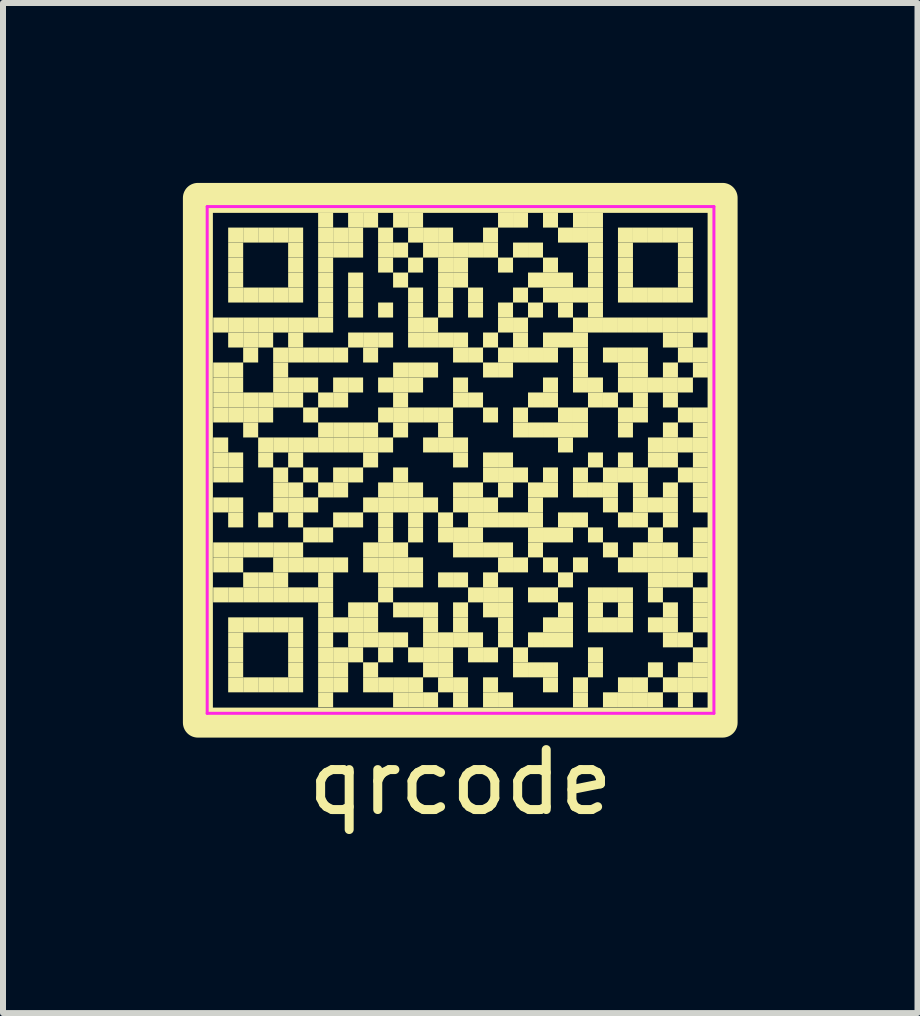
<source format=kicad_pcb>
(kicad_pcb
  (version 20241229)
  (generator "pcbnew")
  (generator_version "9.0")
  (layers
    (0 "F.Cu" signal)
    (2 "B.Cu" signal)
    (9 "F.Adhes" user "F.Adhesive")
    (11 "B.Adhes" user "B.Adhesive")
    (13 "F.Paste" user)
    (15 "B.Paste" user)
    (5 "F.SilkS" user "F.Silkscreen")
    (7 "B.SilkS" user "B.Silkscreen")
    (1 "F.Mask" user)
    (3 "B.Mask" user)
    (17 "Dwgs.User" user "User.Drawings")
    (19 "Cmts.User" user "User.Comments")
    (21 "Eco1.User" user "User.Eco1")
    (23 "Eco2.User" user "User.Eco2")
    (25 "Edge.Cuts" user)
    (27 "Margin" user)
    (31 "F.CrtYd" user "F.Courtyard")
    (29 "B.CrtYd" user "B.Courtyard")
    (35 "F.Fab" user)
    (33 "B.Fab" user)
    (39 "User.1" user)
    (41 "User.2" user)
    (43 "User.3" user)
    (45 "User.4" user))
  (footprint "qrcode"
    (layer "F.Cu")
    (at 4.63 4.62)
    (property "Reference" "qrcode" (at 0 5.375 0) (layer "F.SilkS") (effects (font (size 1 1) (thickness 0.15))))
    (fp_rect (start -4.38 -4.37) (end 4.37 4.38) (stroke (width 0.5) (type default)) (fill no) (layer "F.SilkS"))
    (fp_rect (start -4.125 -2.375) (end -3.875 -2.125) (stroke (width 0) (type default)) (fill yes) (layer "F.SilkS"))
    (fp_rect (start -4.125 -1.625) (end -3.875 -1.375) (stroke (width 0) (type default)) (fill yes) (layer "F.SilkS"))
    (fp_rect (start -4.125 -1.375) (end -3.875 -1.125) (stroke (width 0) (type default)) (fill yes) (layer "F.SilkS"))
    (fp_rect (start -4.125 -1.125) (end -3.875 -0.875) (stroke (width 0) (type default)) (fill yes) (layer "F.SilkS"))
    (fp_rect (start -4.125 -0.875) (end -3.875 -0.625) (stroke (width 0) (type default)) (fill yes) (layer "F.SilkS"))
    (fp_rect (start -4.125 -0.375) (end -3.875 -0.125) (stroke (width 0) (type default)) (fill yes) (layer "F.SilkS"))
    (fp_rect (start -4.125 -0.125) (end -3.875 0.125) (stroke (width 0) (type default)) (fill yes) (layer "F.SilkS"))
    (fp_rect (start -4.125 0.125) (end -3.875 0.375) (stroke (width 0) (type default)) (fill yes) (layer "F.SilkS"))
    (fp_rect (start -4.125 0.625) (end -3.875 0.875) (stroke (width 0) (type default)) (fill yes) (layer "F.SilkS"))
    (fp_rect (start -4.125 1.375) (end -3.875 1.625) (stroke (width 0) (type default)) (fill yes) (layer "F.SilkS"))
    (fp_rect (start -4.125 1.625) (end -3.875 1.875) (stroke (width 0) (type default)) (fill yes) (layer "F.SilkS"))
    (fp_rect (start -4.125 2.125) (end -3.875 2.375) (stroke (width 0) (type default)) (fill yes) (layer "F.SilkS"))
    (fp_rect (start -3.875 -3.875) (end -3.625 -3.625) (stroke (width 0) (type default)) (fill yes) (layer "F.SilkS"))
    (fp_rect (start -3.875 -3.625) (end -3.625 -3.375) (stroke (width 0) (type default)) (fill yes) (layer "F.SilkS"))
    (fp_rect (start -3.875 -3.375) (end -3.625 -3.125) (stroke (width 0) (type default)) (fill yes) (layer "F.SilkS"))
    (fp_rect (start -3.875 -3.125) (end -3.625 -2.875) (stroke (width 0) (type default)) (fill yes) (layer "F.SilkS"))
    (fp_rect (start -3.875 -2.875) (end -3.625 -2.625) (stroke (width 0) (type default)) (fill yes) (layer "F.SilkS"))
    (fp_rect (start -3.875 -2.375) (end -3.625 -2.125) (stroke (width 0) (type default)) (fill yes) (layer "F.SilkS"))
    (fp_rect (start -3.875 -2.125) (end -3.625 -1.875) (stroke (width 0) (type default)) (fill yes) (layer "F.SilkS"))
    (fp_rect (start -3.875 -1.625) (end -3.625 -1.375) (stroke (width 0) (type default)) (fill yes) (layer "F.SilkS"))
    (fp_rect (start -3.875 -1.375) (end -3.625 -1.125) (stroke (width 0) (type default)) (fill yes) (layer "F.SilkS"))
    (fp_rect (start -3.875 -1.125) (end -3.625 -0.875) (stroke (width 0) (type default)) (fill yes) (layer "F.SilkS"))
    (fp_rect (start -3.875 -0.875) (end -3.625 -0.625) (stroke (width 0) (type default)) (fill yes) (layer "F.SilkS"))
    (fp_rect (start -3.875 -0.125) (end -3.625 0.125) (stroke (width 0) (type default)) (fill yes) (layer "F.SilkS"))
    (fp_rect (start -3.875 0.125) (end -3.625 0.375) (stroke (width 0) (type default)) (fill yes) (layer "F.SilkS"))
    (fp_rect (start -3.875 0.625) (end -3.625 0.875) (stroke (width 0) (type default)) (fill yes) (layer "F.SilkS"))
    (fp_rect (start -3.875 0.875) (end -3.625 1.125) (stroke (width 0) (type default)) (fill yes) (layer "F.SilkS"))
    (fp_rect (start -3.875 1.375) (end -3.625 1.625) (stroke (width 0) (type default)) (fill yes) (layer "F.SilkS"))
    (fp_rect (start -3.875 1.625) (end -3.625 1.875) (stroke (width 0) (type default)) (fill yes) (layer "F.SilkS"))
    (fp_rect (start -3.875 2.125) (end -3.625 2.375) (stroke (width 0) (type default)) (fill yes) (layer "F.SilkS"))
    (fp_rect (start -3.875 2.625) (end -3.625 2.875) (stroke (width 0) (type default)) (fill yes) (layer "F.SilkS"))
    (fp_rect (start -3.875 2.875) (end -3.625 3.125) (stroke (width 0) (type default)) (fill yes) (layer "F.SilkS"))
    (fp_rect (start -3.875 3.125) (end -3.625 3.375) (stroke (width 0) (type default)) (fill yes) (layer "F.SilkS"))
    (fp_rect (start -3.875 3.375) (end -3.625 3.625) (stroke (width 0) (type default)) (fill yes) (layer "F.SilkS"))
    (fp_rect (start -3.875 3.625) (end -3.625 3.875) (stroke (width 0) (type default)) (fill yes) (layer "F.SilkS"))
    (fp_rect (start -3.625 -3.875) (end -3.375 -3.625) (stroke (width 0) (type default)) (fill yes) (layer "F.SilkS"))
    (fp_rect (start -3.625 -2.875) (end -3.375 -2.625) (stroke (width 0) (type default)) (fill yes) (layer "F.SilkS"))
    (fp_rect (start -3.625 -2.375) (end -3.375 -2.125) (stroke (width 0) (type default)) (fill yes) (layer "F.SilkS"))
    (fp_rect (start -3.625 -2.125) (end -3.375 -1.875) (stroke (width 0) (type default)) (fill yes) (layer "F.SilkS"))
    (fp_rect (start -3.625 -1.875) (end -3.375 -1.625) (stroke (width 0) (type default)) (fill yes) (layer "F.SilkS"))
    (fp_rect (start -3.625 -1.125) (end -3.375 -0.875) (stroke (width 0) (type default)) (fill yes) (layer "F.SilkS"))
    (fp_rect (start -3.625 -0.875) (end -3.375 -0.625) (stroke (width 0) (type default)) (fill yes) (layer "F.SilkS"))
    (fp_rect (start -3.625 -0.625) (end -3.375 -0.375) (stroke (width 0) (type default)) (fill yes) (layer "F.SilkS"))
    (fp_rect (start -3.625 1.375) (end -3.375 1.625) (stroke (width 0) (type default)) (fill yes) (layer "F.SilkS"))
    (fp_rect (start -3.625 1.875) (end -3.375 2.125) (stroke (width 0) (type default)) (fill yes) (layer "F.SilkS"))
    (fp_rect (start -3.625 2.125) (end -3.375 2.375) (stroke (width 0) (type default)) (fill yes) (layer "F.SilkS"))
    (fp_rect (start -3.625 2.625) (end -3.375 2.875) (stroke (width 0) (type default)) (fill yes) (layer "F.SilkS"))
    (fp_rect (start -3.625 3.625) (end -3.375 3.875) (stroke (width 0) (type default)) (fill yes) (layer "F.SilkS"))
    (fp_rect (start -3.375 -3.875) (end -3.125 -3.625) (stroke (width 0) (type default)) (fill yes) (layer "F.SilkS"))
    (fp_rect (start -3.375 -2.875) (end -3.125 -2.625) (stroke (width 0) (type default)) (fill yes) (layer "F.SilkS"))
    (fp_rect (start -3.375 -2.375) (end -3.125 -2.125) (stroke (width 0) (type default)) (fill yes) (layer "F.SilkS"))
    (fp_rect (start -3.375 -2.125) (end -3.125 -1.875) (stroke (width 0) (type default)) (fill yes) (layer "F.SilkS"))
    (fp_rect (start -3.375 -1.125) (end -3.125 -0.875) (stroke (width 0) (type default)) (fill yes) (layer "F.SilkS"))
    (fp_rect (start -3.375 -0.875) (end -3.125 -0.625) (stroke (width 0) (type default)) (fill yes) (layer "F.SilkS"))
    (fp_rect (start -3.375 -0.375) (end -3.125 -0.125) (stroke (width 0) (type default)) (fill yes) (layer "F.SilkS"))
    (fp_rect (start -3.375 -0.125) (end -3.125 0.125) (stroke (width 0) (type default)) (fill yes) (layer "F.SilkS"))
    (fp_rect (start -3.375 0.875) (end -3.125 1.125) (stroke (width 0) (type default)) (fill yes) (layer "F.SilkS"))
    (fp_rect (start -3.375 1.375) (end -3.125 1.625) (stroke (width 0) (type default)) (fill yes) (layer "F.SilkS"))
    (fp_rect (start -3.375 1.875) (end -3.125 2.125) (stroke (width 0) (type default)) (fill yes) (layer "F.SilkS"))
    (fp_rect (start -3.375 2.125) (end -3.125 2.375) (stroke (width 0) (type default)) (fill yes) (layer "F.SilkS"))
    (fp_rect (start -3.375 2.625) (end -3.125 2.875) (stroke (width 0) (type default)) (fill yes) (layer "F.SilkS"))
    (fp_rect (start -3.375 3.625) (end -3.125 3.875) (stroke (width 0) (type default)) (fill yes) (layer "F.SilkS"))
    (fp_rect (start -3.125 -3.875) (end -2.875 -3.625) (stroke (width 0) (type default)) (fill yes) (layer "F.SilkS"))
    (fp_rect (start -3.125 -2.875) (end -2.875 -2.625) (stroke (width 0) (type default)) (fill yes) (layer "F.SilkS"))
    (fp_rect (start -3.125 -2.375) (end -2.875 -2.125) (stroke (width 0) (type default)) (fill yes) (layer "F.SilkS"))
    (fp_rect (start -3.125 -1.875) (end -2.875 -1.625) (stroke (width 0) (type default)) (fill yes) (layer "F.SilkS"))
    (fp_rect (start -3.125 -1.625) (end -2.875 -1.375) (stroke (width 0) (type default)) (fill yes) (layer "F.SilkS"))
    (fp_rect (start -3.125 -1.375) (end -2.875 -1.125) (stroke (width 0) (type default)) (fill yes) (layer "F.SilkS"))
    (fp_rect (start -3.125 -1.125) (end -2.875 -0.875) (stroke (width 0) (type default)) (fill yes) (layer "F.SilkS"))
    (fp_rect (start -3.125 -0.375) (end -2.875 -0.125) (stroke (width 0) (type default)) (fill yes) (layer "F.SilkS"))
    (fp_rect (start -3.125 0.125) (end -2.875 0.375) (stroke (width 0) (type default)) (fill yes) (layer "F.SilkS"))
    (fp_rect (start -3.125 0.375) (end -2.875 0.625) (stroke (width 0) (type default)) (fill yes) (layer "F.SilkS"))
    (fp_rect (start -3.125 0.625) (end -2.875 0.875) (stroke (width 0) (type default)) (fill yes) (layer "F.SilkS"))
    (fp_rect (start -3.125 1.375) (end -2.875 1.625) (stroke (width 0) (type default)) (fill yes) (layer "F.SilkS"))
    (fp_rect (start -3.125 1.625) (end -2.875 1.875) (stroke (width 0) (type default)) (fill yes) (layer "F.SilkS"))
    (fp_rect (start -3.125 1.875) (end -2.875 2.125) (stroke (width 0) (type default)) (fill yes) (layer "F.SilkS"))
    (fp_rect (start -3.125 2.125) (end -2.875 2.375) (stroke (width 0) (type default)) (fill yes) (layer "F.SilkS"))
    (fp_rect (start -3.125 2.625) (end -2.875 2.875) (stroke (width 0) (type default)) (fill yes) (layer "F.SilkS"))
    (fp_rect (start -3.125 3.625) (end -2.875 3.875) (stroke (width 0) (type default)) (fill yes) (layer "F.SilkS"))
    (fp_rect (start -2.875 -3.875) (end -2.625 -3.625) (stroke (width 0) (type default)) (fill yes) (layer "F.SilkS"))
    (fp_rect (start -2.875 -3.625) (end -2.625 -3.375) (stroke (width 0) (type default)) (fill yes) (layer "F.SilkS"))
    (fp_rect (start -2.875 -3.375) (end -2.625 -3.125) (stroke (width 0) (type default)) (fill yes) (layer "F.SilkS"))
    (fp_rect (start -2.875 -3.125) (end -2.625 -2.875) (stroke (width 0) (type default)) (fill yes) (layer "F.SilkS"))
    (fp_rect (start -2.875 -2.875) (end -2.625 -2.625) (stroke (width 0) (type default)) (fill yes) (layer "F.SilkS"))
    (fp_rect (start -2.875 -2.375) (end -2.625 -2.125) (stroke (width 0) (type default)) (fill yes) (layer "F.SilkS"))
    (fp_rect (start -2.875 -2.125) (end -2.625 -1.875) (stroke (width 0) (type default)) (fill yes) (layer "F.SilkS"))
    (fp_rect (start -2.875 -1.875) (end -2.625 -1.625) (stroke (width 0) (type default)) (fill yes) (layer "F.SilkS"))
    (fp_rect (start -2.875 -1.375) (end -2.625 -1.125) (stroke (width 0) (type default)) (fill yes) (layer "F.SilkS"))
    (fp_rect (start -2.875 -1.125) (end -2.625 -0.875) (stroke (width 0) (type default)) (fill yes) (layer "F.SilkS"))
    (fp_rect (start -2.875 -0.375) (end -2.625 -0.125) (stroke (width 0) (type default)) (fill yes) (layer "F.SilkS"))
    (fp_rect (start -2.875 -0.125) (end -2.625 0.125) (stroke (width 0) (type default)) (fill yes) (layer "F.SilkS"))
    (fp_rect (start -2.875 0.375) (end -2.625 0.625) (stroke (width 0) (type default)) (fill yes) (layer "F.SilkS"))
    (fp_rect (start -2.875 0.625) (end -2.625 0.875) (stroke (width 0) (type default)) (fill yes) (layer "F.SilkS"))
    (fp_rect (start -2.875 0.875) (end -2.625 1.125) (stroke (width 0) (type default)) (fill yes) (layer "F.SilkS"))
    (fp_rect (start -2.875 1.375) (end -2.625 1.625) (stroke (width 0) (type default)) (fill yes) (layer "F.SilkS"))
    (fp_rect (start -2.875 1.625) (end -2.625 1.875) (stroke (width 0) (type default)) (fill yes) (layer "F.SilkS"))
    (fp_rect (start -2.875 2.125) (end -2.625 2.375) (stroke (width 0) (type default)) (fill yes) (layer "F.SilkS"))
    (fp_rect (start -2.875 2.625) (end -2.625 2.875) (stroke (width 0) (type default)) (fill yes) (layer "F.SilkS"))
    (fp_rect (start -2.875 2.875) (end -2.625 3.125) (stroke (width 0) (type default)) (fill yes) (layer "F.SilkS"))
    (fp_rect (start -2.875 3.125) (end -2.625 3.375) (stroke (width 0) (type default)) (fill yes) (layer "F.SilkS"))
    (fp_rect (start -2.875 3.375) (end -2.625 3.625) (stroke (width 0) (type default)) (fill yes) (layer "F.SilkS"))
    (fp_rect (start -2.875 3.625) (end -2.625 3.875) (stroke (width 0) (type default)) (fill yes) (layer "F.SilkS"))
    (fp_rect (start -2.625 -2.375) (end -2.375 -2.125) (stroke (width 0) (type default)) (fill yes) (layer "F.SilkS"))
    (fp_rect (start -2.625 -1.875) (end -2.375 -1.625) (stroke (width 0) (type default)) (fill yes) (layer "F.SilkS"))
    (fp_rect (start -2.625 -1.375) (end -2.375 -1.125) (stroke (width 0) (type default)) (fill yes) (layer "F.SilkS"))
    (fp_rect (start -2.625 -0.875) (end -2.375 -0.625) (stroke (width 0) (type default)) (fill yes) (layer "F.SilkS"))
    (fp_rect (start -2.625 -0.375) (end -2.375 -0.125) (stroke (width 0) (type default)) (fill yes) (layer "F.SilkS"))
    (fp_rect (start -2.625 0.125) (end -2.375 0.375) (stroke (width 0) (type default)) (fill yes) (layer "F.SilkS"))
    (fp_rect (start -2.625 0.625) (end -2.375 0.875) (stroke (width 0) (type default)) (fill yes) (layer "F.SilkS"))
    (fp_rect (start -2.625 1.125) (end -2.375 1.375) (stroke (width 0) (type default)) (fill yes) (layer "F.SilkS"))
    (fp_rect (start -2.625 1.625) (end -2.375 1.875) (stroke (width 0) (type default)) (fill yes) (layer "F.SilkS"))
    (fp_rect (start -2.625 2.125) (end -2.375 2.375) (stroke (width 0) (type default)) (fill yes) (layer "F.SilkS"))
    (fp_rect (start -2.375 -4.125) (end -2.125 -3.875) (stroke (width 0) (type default)) (fill yes) (layer "F.SilkS"))
    (fp_rect (start -2.375 -3.875) (end -2.125 -3.625) (stroke (width 0) (type default)) (fill yes) (layer "F.SilkS"))
    (fp_rect (start -2.375 -3.625) (end -2.125 -3.375) (stroke (width 0) (type default)) (fill yes) (layer "F.SilkS"))
    (fp_rect (start -2.375 -3.375) (end -2.125 -3.125) (stroke (width 0) (type default)) (fill yes) (layer "F.SilkS"))
    (fp_rect (start -2.375 -3.125) (end -2.125 -2.875) (stroke (width 0) (type default)) (fill yes) (layer "F.SilkS"))
    (fp_rect (start -2.375 -2.875) (end -2.125 -2.625) (stroke (width 0) (type default)) (fill yes) (layer "F.SilkS"))
    (fp_rect (start -2.375 -2.625) (end -2.125 -2.375) (stroke (width 0) (type default)) (fill yes) (layer "F.SilkS"))
    (fp_rect (start -2.375 -2.375) (end -2.125 -2.125) (stroke (width 0) (type default)) (fill yes) (layer "F.SilkS"))
    (fp_rect (start -2.375 -1.875) (end -2.125 -1.625) (stroke (width 0) (type default)) (fill yes) (layer "F.SilkS"))
    (fp_rect (start -2.375 -1.125) (end -2.125 -0.875) (stroke (width 0) (type default)) (fill yes) (layer "F.SilkS"))
    (fp_rect (start -2.375 -0.625) (end -2.125 -0.375) (stroke (width 0) (type default)) (fill yes) (layer "F.SilkS"))
    (fp_rect (start -2.375 -0.375) (end -2.125 -0.125) (stroke (width 0) (type default)) (fill yes) (layer "F.SilkS"))
    (fp_rect (start -2.375 0.375) (end -2.125 0.625) (stroke (width 0) (type default)) (fill yes) (layer "F.SilkS"))
    (fp_rect (start -2.375 1.125) (end -2.125 1.375) (stroke (width 0) (type default)) (fill yes) (layer "F.SilkS"))
    (fp_rect (start -2.375 1.625) (end -2.125 1.875) (stroke (width 0) (type default)) (fill yes) (layer "F.SilkS"))
    (fp_rect (start -2.375 1.875) (end -2.125 2.125) (stroke (width 0) (type default)) (fill yes) (layer "F.SilkS"))
    (fp_rect (start -2.375 2.125) (end -2.125 2.375) (stroke (width 0) (type default)) (fill yes) (layer "F.SilkS"))
    (fp_rect (start -2.375 2.375) (end -2.125 2.625) (stroke (width 0) (type default)) (fill yes) (layer "F.SilkS"))
    (fp_rect (start -2.375 2.625) (end -2.125 2.875) (stroke (width 0) (type default)) (fill yes) (layer "F.SilkS"))
    (fp_rect (start -2.375 2.875) (end -2.125 3.125) (stroke (width 0) (type default)) (fill yes) (layer "F.SilkS"))
    (fp_rect (start -2.375 3.125) (end -2.125 3.375) (stroke (width 0) (type default)) (fill yes) (layer "F.SilkS"))
    (fp_rect (start -2.375 3.375) (end -2.125 3.625) (stroke (width 0) (type default)) (fill yes) (layer "F.SilkS"))
    (fp_rect (start -2.375 3.625) (end -2.125 3.875) (stroke (width 0) (type default)) (fill yes) (layer "F.SilkS"))
    (fp_rect (start -2.375 3.875) (end -2.125 4.125) (stroke (width 0) (type default)) (fill yes) (layer "F.SilkS"))
    (fp_rect (start -2.125 -3.875) (end -1.875 -3.625) (stroke (width 0) (type default)) (fill yes) (layer "F.SilkS"))
    (fp_rect (start -2.125 -3.625) (end -1.875 -3.375) (stroke (width 0) (type default)) (fill yes) (layer "F.SilkS"))
    (fp_rect (start -2.125 -1.875) (end -1.875 -1.625) (stroke (width 0) (type default)) (fill yes) (layer "F.SilkS"))
    (fp_rect (start -2.125 -1.375) (end -1.875 -1.125) (stroke (width 0) (type default)) (fill yes) (layer "F.SilkS"))
    (fp_rect (start -2.125 -1.125) (end -1.875 -0.875) (stroke (width 0) (type default)) (fill yes) (layer "F.SilkS"))
    (fp_rect (start -2.125 -0.625) (end -1.875 -0.375) (stroke (width 0) (type default)) (fill yes) (layer "F.SilkS"))
    (fp_rect (start -2.125 -0.375) (end -1.875 -0.125) (stroke (width 0) (type default)) (fill yes) (layer "F.SilkS"))
    (fp_rect (start -2.125 0.125) (end -1.875 0.375) (stroke (width 0) (type default)) (fill yes) (layer "F.SilkS"))
    (fp_rect (start -2.125 0.375) (end -1.875 0.625) (stroke (width 0) (type default)) (fill yes) (layer "F.SilkS"))
    (fp_rect (start -2.125 0.875) (end -1.875 1.125) (stroke (width 0) (type default)) (fill yes) (layer "F.SilkS"))
    (fp_rect (start -2.125 1.625) (end -1.875 1.875) (stroke (width 0) (type default)) (fill yes) (layer "F.SilkS"))
    (fp_rect (start -2.125 2.625) (end -1.875 2.875) (stroke (width 0) (type default)) (fill yes) (layer "F.SilkS"))
    (fp_rect (start -2.125 3.125) (end -1.875 3.375) (stroke (width 0) (type default)) (fill yes) (layer "F.SilkS"))
    (fp_rect (start -2.125 3.375) (end -1.875 3.625) (stroke (width 0) (type default)) (fill yes) (layer "F.SilkS"))
    (fp_rect (start -2.125 3.625) (end -1.875 3.875) (stroke (width 0) (type default)) (fill yes) (layer "F.SilkS"))
    (fp_rect (start -1.875 -4.125) (end -1.625 -3.875) (stroke (width 0) (type default)) (fill yes) (layer "F.SilkS"))
    (fp_rect (start -1.875 -3.875) (end -1.625 -3.625) (stroke (width 0) (type default)) (fill yes) (layer "F.SilkS"))
    (fp_rect (start -1.875 -3.625) (end -1.625 -3.375) (stroke (width 0) (type default)) (fill yes) (layer "F.SilkS"))
    (fp_rect (start -1.875 -3.125) (end -1.625 -2.875) (stroke (width 0) (type default)) (fill yes) (layer "F.SilkS"))
    (fp_rect (start -1.875 -2.875) (end -1.625 -2.625) (stroke (width 0) (type default)) (fill yes) (layer "F.SilkS"))
    (fp_rect (start -1.875 -2.625) (end -1.625 -2.375) (stroke (width 0) (type default)) (fill yes) (layer "F.SilkS"))
    (fp_rect (start -1.875 -2.125) (end -1.625 -1.875) (stroke (width 0) (type default)) (fill yes) (layer "F.SilkS"))
    (fp_rect (start -1.875 -1.375) (end -1.625 -1.125) (stroke (width 0) (type default)) (fill yes) (layer "F.SilkS"))
    (fp_rect (start -1.875 -0.625) (end -1.625 -0.375) (stroke (width 0) (type default)) (fill yes) (layer "F.SilkS"))
    (fp_rect (start -1.875 -0.375) (end -1.625 -0.125) (stroke (width 0) (type default)) (fill yes) (layer "F.SilkS"))
    (fp_rect (start -1.875 0.125) (end -1.625 0.375) (stroke (width 0) (type default)) (fill yes) (layer "F.SilkS"))
    (fp_rect (start -1.875 0.875) (end -1.625 1.125) (stroke (width 0) (type default)) (fill yes) (layer "F.SilkS"))
    (fp_rect (start -1.875 2.375) (end -1.625 2.625) (stroke (width 0) (type default)) (fill yes) (layer "F.SilkS"))
    (fp_rect (start -1.875 2.625) (end -1.625 2.875) (stroke (width 0) (type default)) (fill yes) (layer "F.SilkS"))
    (fp_rect (start -1.875 2.875) (end -1.625 3.125) (stroke (width 0) (type default)) (fill yes) (layer "F.SilkS"))
    (fp_rect (start -1.875 3.125) (end -1.625 3.375) (stroke (width 0) (type default)) (fill yes) (layer "F.SilkS"))
    (fp_rect (start -1.625 -4.125) (end -1.375 -3.875) (stroke (width 0) (type default)) (fill yes) (layer "F.SilkS"))
    (fp_rect (start -1.625 -2.125) (end -1.375 -1.875) (stroke (width 0) (type default)) (fill yes) (layer "F.SilkS"))
    (fp_rect (start -1.625 -1.875) (end -1.375 -1.625) (stroke (width 0) (type default)) (fill yes) (layer "F.SilkS"))
    (fp_rect (start -1.625 -0.625) (end -1.375 -0.375) (stroke (width 0) (type default)) (fill yes) (layer "F.SilkS"))
    (fp_rect (start -1.625 -0.375) (end -1.375 -0.125) (stroke (width 0) (type default)) (fill yes) (layer "F.SilkS"))
    (fp_rect (start -1.625 -0.125) (end -1.375 0.125) (stroke (width 0) (type default)) (fill yes) (layer "F.SilkS"))
    (fp_rect (start -1.625 0.625) (end -1.375 0.875) (stroke (width 0) (type default)) (fill yes) (layer "F.SilkS"))
    (fp_rect (start -1.625 1.375) (end -1.375 1.625) (stroke (width 0) (type default)) (fill yes) (layer "F.SilkS"))
    (fp_rect (start -1.625 1.625) (end -1.375 1.875) (stroke (width 0) (type default)) (fill yes) (layer "F.SilkS"))
    (fp_rect (start -1.625 2.375) (end -1.375 2.625) (stroke (width 0) (type default)) (fill yes) (layer "F.SilkS"))
    (fp_rect (start -1.625 2.625) (end -1.375 2.875) (stroke (width 0) (type default)) (fill yes) (layer "F.SilkS"))
    (fp_rect (start -1.625 2.875) (end -1.375 3.125) (stroke (width 0) (type default)) (fill yes) (layer "F.SilkS"))
    (fp_rect (start -1.625 3.375) (end -1.375 3.625) (stroke (width 0) (type default)) (fill yes) (layer "F.SilkS"))
    (fp_rect (start -1.625 3.625) (end -1.375 3.875) (stroke (width 0) (type default)) (fill yes) (layer "F.SilkS"))
    (fp_rect (start -1.375 -3.875) (end -1.125 -3.625) (stroke (width 0) (type default)) (fill yes) (layer "F.SilkS"))
    (fp_rect (start -1.375 -3.625) (end -1.125 -3.375) (stroke (width 0) (type default)) (fill yes) (layer "F.SilkS"))
    (fp_rect (start -1.375 -3.375) (end -1.125 -3.125) (stroke (width 0) (type default)) (fill yes) (layer "F.SilkS"))
    (fp_rect (start -1.375 -2.625) (end -1.125 -2.375) (stroke (width 0) (type default)) (fill yes) (layer "F.SilkS"))
    (fp_rect (start -1.375 -2.125) (end -1.125 -1.875) (stroke (width 0) (type default)) (fill yes) (layer "F.SilkS"))
    (fp_rect (start -1.375 -1.375) (end -1.125 -1.125) (stroke (width 0) (type default)) (fill yes) (layer "F.SilkS"))
    (fp_rect (start -1.375 -0.875) (end -1.125 -0.625) (stroke (width 0) (type default)) (fill yes) (layer "F.SilkS"))
    (fp_rect (start -1.375 -0.375) (end -1.125 -0.125) (stroke (width 0) (type default)) (fill yes) (layer "F.SilkS"))
    (fp_rect (start -1.375 0.375) (end -1.125 0.625) (stroke (width 0) (type default)) (fill yes) (layer "F.SilkS"))
    (fp_rect (start -1.375 0.625) (end -1.125 0.875) (stroke (width 0) (type default)) (fill yes) (layer "F.SilkS"))
    (fp_rect (start -1.375 0.875) (end -1.125 1.125) (stroke (width 0) (type default)) (fill yes) (layer "F.SilkS"))
    (fp_rect (start -1.375 1.125) (end -1.125 1.375) (stroke (width 0) (type default)) (fill yes) (layer "F.SilkS"))
    (fp_rect (start -1.375 1.375) (end -1.125 1.625) (stroke (width 0) (type default)) (fill yes) (layer "F.SilkS"))
    (fp_rect (start -1.375 1.625) (end -1.125 1.875) (stroke (width 0) (type default)) (fill yes) (layer "F.SilkS"))
    (fp_rect (start -1.375 1.875) (end -1.125 2.125) (stroke (width 0) (type default)) (fill yes) (layer "F.SilkS"))
    (fp_rect (start -1.375 2.125) (end -1.125 2.375) (stroke (width 0) (type default)) (fill yes) (layer "F.SilkS"))
    (fp_rect (start -1.375 2.875) (end -1.125 3.125) (stroke (width 0) (type default)) (fill yes) (layer "F.SilkS"))
    (fp_rect (start -1.375 3.125) (end -1.125 3.375) (stroke (width 0) (type default)) (fill yes) (layer "F.SilkS"))
    (fp_rect (start -1.375 3.625) (end -1.125 3.875) (stroke (width 0) (type default)) (fill yes) (layer "F.SilkS"))
    (fp_rect (start -1.125 -4.125) (end -0.875 -3.875) (stroke (width 0) (type default)) (fill yes) (layer "F.SilkS"))
    (fp_rect (start -1.125 -3.625) (end -0.875 -3.375) (stroke (width 0) (type default)) (fill yes) (layer "F.SilkS"))
    (fp_rect (start -1.125 -3.125) (end -0.875 -2.875) (stroke (width 0) (type default)) (fill yes) (layer "F.SilkS"))
    (fp_rect (start -1.125 -1.625) (end -0.875 -1.375) (stroke (width 0) (type default)) (fill yes) (layer "F.SilkS"))
    (fp_rect (start -1.125 -1.375) (end -0.875 -1.125) (stroke (width 0) (type default)) (fill yes) (layer "F.SilkS"))
    (fp_rect (start -1.125 -1.125) (end -0.875 -0.875) (stroke (width 0) (type default)) (fill yes) (layer "F.SilkS"))
    (fp_rect (start -1.125 -0.875) (end -0.875 -0.625) (stroke (width 0) (type default)) (fill yes) (layer "F.SilkS"))
    (fp_rect (start -1.125 -0.625) (end -0.875 -0.375) (stroke (width 0) (type default)) (fill yes) (layer "F.SilkS"))
    (fp_rect (start -1.125 0.125) (end -0.875 0.375) (stroke (width 0) (type default)) (fill yes) (layer "F.SilkS"))
    (fp_rect (start -1.125 0.375) (end -0.875 0.625) (stroke (width 0) (type default)) (fill yes) (layer "F.SilkS"))
    (fp_rect (start -1.125 0.625) (end -0.875 0.875) (stroke (width 0) (type default)) (fill yes) (layer "F.SilkS"))
    (fp_rect (start -1.125 1.375) (end -0.875 1.625) (stroke (width 0) (type default)) (fill yes) (layer "F.SilkS"))
    (fp_rect (start -1.125 1.625) (end -0.875 1.875) (stroke (width 0) (type default)) (fill yes) (layer "F.SilkS"))
    (fp_rect (start -1.125 1.875) (end -0.875 2.125) (stroke (width 0) (type default)) (fill yes) (layer "F.SilkS"))
    (fp_rect (start -1.125 2.375) (end -0.875 2.625) (stroke (width 0) (type default)) (fill yes) (layer "F.SilkS"))
    (fp_rect (start -1.125 2.875) (end -0.875 3.125) (stroke (width 0) (type default)) (fill yes) (layer "F.SilkS"))
    (fp_rect (start -1.125 3.625) (end -0.875 3.875) (stroke (width 0) (type default)) (fill yes) (layer "F.SilkS"))
    (fp_rect (start -1.125 3.875) (end -0.875 4.125) (stroke (width 0) (type default)) (fill yes) (layer "F.SilkS"))
    (fp_rect (start -0.875 -4.125) (end -0.625 -3.875) (stroke (width 0) (type default)) (fill yes) (layer "F.SilkS"))
    (fp_rect (start -0.875 -3.875) (end -0.625 -3.625) (stroke (width 0) (type default)) (fill yes) (layer "F.SilkS"))
    (fp_rect (start -0.875 -3.375) (end -0.625 -3.125) (stroke (width 0) (type default)) (fill yes) (layer "F.SilkS"))
    (fp_rect (start -0.875 -2.875) (end -0.625 -2.625) (stroke (width 0) (type default)) (fill yes) (layer "F.SilkS"))
    (fp_rect (start -0.875 -2.625) (end -0.625 -2.375) (stroke (width 0) (type default)) (fill yes) (layer "F.SilkS"))
    (fp_rect (start -0.875 -2.375) (end -0.625 -2.125) (stroke (width 0) (type default)) (fill yes) (layer "F.SilkS"))
    (fp_rect (start -0.875 -2.125) (end -0.625 -1.875) (stroke (width 0) (type default)) (fill yes) (layer "F.SilkS"))
    (fp_rect (start -0.875 -1.625) (end -0.625 -1.375) (stroke (width 0) (type default)) (fill yes) (layer "F.SilkS"))
    (fp_rect (start -0.875 -1.375) (end -0.625 -1.125) (stroke (width 0) (type default)) (fill yes) (layer "F.SilkS"))
    (fp_rect (start -0.875 -0.875) (end -0.625 -0.625) (stroke (width 0) (type default)) (fill yes) (layer "F.SilkS"))
    (fp_rect (start -0.875 0.375) (end -0.625 0.625) (stroke (width 0) (type default)) (fill yes) (layer "F.SilkS"))
    (fp_rect (start -0.875 0.625) (end -0.625 0.875) (stroke (width 0) (type default)) (fill yes) (layer "F.SilkS"))
    (fp_rect (start -0.875 0.875) (end -0.625 1.125) (stroke (width 0) (type default)) (fill yes) (layer "F.SilkS"))
    (fp_rect (start -0.875 1.125) (end -0.625 1.375) (stroke (width 0) (type default)) (fill yes) (layer "F.SilkS"))
    (fp_rect (start -0.875 1.625) (end -0.625 1.875) (stroke (width 0) (type default)) (fill yes) (layer "F.SilkS"))
    (fp_rect (start -0.875 1.875) (end -0.625 2.125) (stroke (width 0) (type default)) (fill yes) (layer "F.SilkS"))
    (fp_rect (start -0.875 2.375) (end -0.625 2.625) (stroke (width 0) (type default)) (fill yes) (layer "F.SilkS"))
    (fp_rect (start -0.875 3.125) (end -0.625 3.375) (stroke (width 0) (type default)) (fill yes) (layer "F.SilkS"))
    (fp_rect (start -0.875 3.625) (end -0.625 3.875) (stroke (width 0) (type default)) (fill yes) (layer "F.SilkS"))
    (fp_rect (start -0.875 3.875) (end -0.625 4.125) (stroke (width 0) (type default)) (fill yes) (layer "F.SilkS"))
    (fp_rect (start -0.625 -3.875) (end -0.375 -3.625) (stroke (width 0) (type default)) (fill yes) (layer "F.SilkS"))
    (fp_rect (start -0.625 -3.625) (end -0.375 -3.375) (stroke (width 0) (type default)) (fill yes) (layer "F.SilkS"))
    (fp_rect (start -0.625 -2.375) (end -0.375 -2.125) (stroke (width 0) (type default)) (fill yes) (layer "F.SilkS"))
    (fp_rect (start -0.625 -2.125) (end -0.375 -1.875) (stroke (width 0) (type default)) (fill yes) (layer "F.SilkS"))
    (fp_rect (start -0.625 -1.625) (end -0.375 -1.375) (stroke (width 0) (type default)) (fill yes) (layer "F.SilkS"))
    (fp_rect (start -0.625 -0.875) (end -0.375 -0.625) (stroke (width 0) (type default)) (fill yes) (layer "F.SilkS"))
    (fp_rect (start -0.625 -0.375) (end -0.375 -0.125) (stroke (width 0) (type default)) (fill yes) (layer "F.SilkS"))
    (fp_rect (start -0.625 0.625) (end -0.375 0.875) (stroke (width 0) (type default)) (fill yes) (layer "F.SilkS"))
    (fp_rect (start -0.625 2.375) (end -0.375 2.625) (stroke (width 0) (type default)) (fill yes) (layer "F.SilkS"))
    (fp_rect (start -0.625 2.625) (end -0.375 2.875) (stroke (width 0) (type default)) (fill yes) (layer "F.SilkS"))
    (fp_rect (start -0.625 2.875) (end -0.375 3.125) (stroke (width 0) (type default)) (fill yes) (layer "F.SilkS"))
    (fp_rect (start -0.625 3.125) (end -0.375 3.375) (stroke (width 0) (type default)) (fill yes) (layer "F.SilkS"))
    (fp_rect (start -0.625 3.375) (end -0.375 3.625) (stroke (width 0) (type default)) (fill yes) (layer "F.SilkS"))
    (fp_rect (start -0.625 3.875) (end -0.375 4.125) (stroke (width 0) (type default)) (fill yes) (layer "F.SilkS"))
    (fp_rect (start -0.375 -3.875) (end -0.125 -3.625) (stroke (width 0) (type default)) (fill yes) (layer "F.SilkS"))
    (fp_rect (start -0.375 -3.625) (end -0.125 -3.375) (stroke (width 0) (type default)) (fill yes) (layer "F.SilkS"))
    (fp_rect (start -0.375 -3.375) (end -0.125 -3.125) (stroke (width 0) (type default)) (fill yes) (layer "F.SilkS"))
    (fp_rect (start -0.375 -3.125) (end -0.125 -2.875) (stroke (width 0) (type default)) (fill yes) (layer "F.SilkS"))
    (fp_rect (start -0.375 -2.875) (end -0.125 -2.625) (stroke (width 0) (type default)) (fill yes) (layer "F.SilkS"))
    (fp_rect (start -0.375 -2.625) (end -0.125 -2.375) (stroke (width 0) (type default)) (fill yes) (layer "F.SilkS"))
    (fp_rect (start -0.375 -2.125) (end -0.125 -1.875) (stroke (width 0) (type default)) (fill yes) (layer "F.SilkS"))
    (fp_rect (start -0.375 -0.875) (end -0.125 -0.625) (stroke (width 0) (type default)) (fill yes) (layer "F.SilkS"))
    (fp_rect (start -0.375 -0.625) (end -0.125 -0.375) (stroke (width 0) (type default)) (fill yes) (layer "F.SilkS"))
    (fp_rect (start -0.375 -0.375) (end -0.125 -0.125) (stroke (width 0) (type default)) (fill yes) (layer "F.SilkS"))
    (fp_rect (start -0.375 0.875) (end -0.125 1.125) (stroke (width 0) (type default)) (fill yes) (layer "F.SilkS"))
    (fp_rect (start -0.375 1.125) (end -0.125 1.375) (stroke (width 0) (type default)) (fill yes) (layer "F.SilkS"))
    (fp_rect (start -0.375 1.875) (end -0.125 2.125) (stroke (width 0) (type default)) (fill yes) (layer "F.SilkS"))
    (fp_rect (start -0.375 2.875) (end -0.125 3.125) (stroke (width 0) (type default)) (fill yes) (layer "F.SilkS"))
    (fp_rect (start -0.375 3.125) (end -0.125 3.375) (stroke (width 0) (type default)) (fill yes) (layer "F.SilkS"))
    (fp_rect (start -0.375 3.375) (end -0.125 3.625) (stroke (width 0) (type default)) (fill yes) (layer "F.SilkS"))
    (fp_rect (start -0.375 3.625) (end -0.125 3.875) (stroke (width 0) (type default)) (fill yes) (layer "F.SilkS"))
    (fp_rect (start -0.125 -3.625) (end 0.125 -3.375) (stroke (width 0) (type default)) (fill yes) (layer "F.SilkS"))
    (fp_rect (start -0.125 -3.375) (end 0.125 -3.125) (stroke (width 0) (type default)) (fill yes) (layer "F.SilkS"))
    (fp_rect (start -0.125 -3.125) (end 0.125 -2.875) (stroke (width 0) (type default)) (fill yes) (layer "F.SilkS"))
    (fp_rect (start -0.125 -2.125) (end 0.125 -1.875) (stroke (width 0) (type default)) (fill yes) (layer "F.SilkS"))
    (fp_rect (start -0.125 -1.875) (end 0.125 -1.625) (stroke (width 0) (type default)) (fill yes) (layer "F.SilkS"))
    (fp_rect (start -0.125 -1.375) (end 0.125 -1.125) (stroke (width 0) (type default)) (fill yes) (layer "F.SilkS"))
    (fp_rect (start -0.125 -1.125) (end 0.125 -0.875) (stroke (width 0) (type default)) (fill yes) (layer "F.SilkS"))
    (fp_rect (start -0.125 -0.375) (end 0.125 -0.125) (stroke (width 0) (type default)) (fill yes) (layer "F.SilkS"))
    (fp_rect (start -0.125 -0.125) (end 0.125 0.125) (stroke (width 0) (type default)) (fill yes) (layer "F.SilkS"))
    (fp_rect (start -0.125 0.375) (end 0.125 0.625) (stroke (width 0) (type default)) (fill yes) (layer "F.SilkS"))
    (fp_rect (start -0.125 0.625) (end 0.125 0.875) (stroke (width 0) (type default)) (fill yes) (layer "F.SilkS"))
    (fp_rect (start -0.125 1.125) (end 0.125 1.375) (stroke (width 0) (type default)) (fill yes) (layer "F.SilkS"))
    (fp_rect (start -0.125 1.375) (end 0.125 1.625) (stroke (width 0) (type default)) (fill yes) (layer "F.SilkS"))
    (fp_rect (start -0.125 1.875) (end 0.125 2.125) (stroke (width 0) (type default)) (fill yes) (layer "F.SilkS"))
    (fp_rect (start -0.125 2.375) (end 0.125 2.625) (stroke (width 0) (type default)) (fill yes) (layer "F.SilkS"))
    (fp_rect (start -0.125 2.625) (end 0.125 2.875) (stroke (width 0) (type default)) (fill yes) (layer "F.SilkS"))
    (fp_rect (start -0.125 2.875) (end 0.125 3.125) (stroke (width 0) (type default)) (fill yes) (layer "F.SilkS"))
    (fp_rect (start -0.125 3.625) (end 0.125 3.875) (stroke (width 0) (type default)) (fill yes) (layer "F.SilkS"))
    (fp_rect (start -0.125 3.875) (end 0.125 4.125) (stroke (width 0) (type default)) (fill yes) (layer "F.SilkS"))
    (fp_rect (start 0.125 -3.625) (end 0.375 -3.375) (stroke (width 0) (type default)) (fill yes) (layer "F.SilkS"))
    (fp_rect (start 0.125 -2.875) (end 0.375 -2.625) (stroke (width 0) (type default)) (fill yes) (layer "F.SilkS"))
    (fp_rect (start 0.125 -2.625) (end 0.375 -2.375) (stroke (width 0) (type default)) (fill yes) (layer "F.SilkS"))
    (fp_rect (start 0.125 -1.875) (end 0.375 -1.625) (stroke (width 0) (type default)) (fill yes) (layer "F.SilkS"))
    (fp_rect (start 0.125 -1.125) (end 0.375 -0.875) (stroke (width 0) (type default)) (fill yes) (layer "F.SilkS"))
    (fp_rect (start 0.125 0.375) (end 0.375 0.625) (stroke (width 0) (type default)) (fill yes) (layer "F.SilkS"))
    (fp_rect (start 0.125 0.625) (end 0.375 0.875) (stroke (width 0) (type default)) (fill yes) (layer "F.SilkS"))
    (fp_rect (start 0.125 0.875) (end 0.375 1.125) (stroke (width 0) (type default)) (fill yes) (layer "F.SilkS"))
    (fp_rect (start 0.125 1.125) (end 0.375 1.375) (stroke (width 0) (type default)) (fill yes) (layer "F.SilkS"))
    (fp_rect (start 0.125 1.375) (end 0.375 1.625) (stroke (width 0) (type default)) (fill yes) (layer "F.SilkS"))
    (fp_rect (start 0.125 2.125) (end 0.375 2.375) (stroke (width 0) (type default)) (fill yes) (layer "F.SilkS"))
    (fp_rect (start 0.125 2.875) (end 0.375 3.125) (stroke (width 0) (type default)) (fill yes) (layer "F.SilkS"))
    (fp_rect (start 0.125 3.125) (end 0.375 3.375) (stroke (width 0) (type default)) (fill yes) (layer "F.SilkS"))
    (fp_rect (start 0.375 -3.875) (end 0.625 -3.625) (stroke (width 0) (type default)) (fill yes) (layer "F.SilkS"))
    (fp_rect (start 0.375 -3.625) (end 0.625 -3.375) (stroke (width 0) (type default)) (fill yes) (layer "F.SilkS"))
    (fp_rect (start 0.375 -2.125) (end 0.625 -1.875) (stroke (width 0) (type default)) (fill yes) (layer "F.SilkS"))
    (fp_rect (start 0.375 -1.625) (end 0.625 -1.375) (stroke (width 0) (type default)) (fill yes) (layer "F.SilkS"))
    (fp_rect (start 0.375 -0.875) (end 0.625 -0.625) (stroke (width 0) (type default)) (fill yes) (layer "F.SilkS"))
    (fp_rect (start 0.375 -0.125) (end 0.625 0.125) (stroke (width 0) (type default)) (fill yes) (layer "F.SilkS"))
    (fp_rect (start 0.375 0.125) (end 0.625 0.375) (stroke (width 0) (type default)) (fill yes) (layer "F.SilkS"))
    (fp_rect (start 0.375 0.625) (end 0.625 0.875) (stroke (width 0) (type default)) (fill yes) (layer "F.SilkS"))
    (fp_rect (start 0.375 0.875) (end 0.625 1.125) (stroke (width 0) (type default)) (fill yes) (layer "F.SilkS"))
    (fp_rect (start 0.375 1.375) (end 0.625 1.625) (stroke (width 0) (type default)) (fill yes) (layer "F.SilkS"))
    (fp_rect (start 0.375 1.875) (end 0.625 2.125) (stroke (width 0) (type default)) (fill yes) (layer "F.SilkS"))
    (fp_rect (start 0.375 2.125) (end 0.625 2.375) (stroke (width 0) (type default)) (fill yes) (layer "F.SilkS"))
    (fp_rect (start 0.375 2.375) (end 0.625 2.625) (stroke (width 0) (type default)) (fill yes) (layer "F.SilkS"))
    (fp_rect (start 0.375 3.125) (end 0.625 3.375) (stroke (width 0) (type default)) (fill yes) (layer "F.SilkS"))
    (fp_rect (start 0.375 3.625) (end 0.625 3.875) (stroke (width 0) (type default)) (fill yes) (layer "F.SilkS"))
    (fp_rect (start 0.375 3.875) (end 0.625 4.125) (stroke (width 0) (type default)) (fill yes) (layer "F.SilkS"))
    (fp_rect (start 0.625 -4.125) (end 0.875 -3.875) (stroke (width 0) (type default)) (fill yes) (layer "F.SilkS"))
    (fp_rect (start 0.625 -3.375) (end 0.875 -3.125) (stroke (width 0) (type default)) (fill yes) (layer "F.SilkS"))
    (fp_rect (start 0.625 -2.625) (end 0.875 -2.375) (stroke (width 0) (type default)) (fill yes) (layer "F.SilkS"))
    (fp_rect (start 0.625 -2.375) (end 0.875 -2.125) (stroke (width 0) (type default)) (fill yes) (layer "F.SilkS"))
    (fp_rect (start 0.625 -1.875) (end 0.875 -1.625) (stroke (width 0) (type default)) (fill yes) (layer "F.SilkS"))
    (fp_rect (start 0.625 -1.625) (end 0.875 -1.375) (stroke (width 0) (type default)) (fill yes) (layer "F.SilkS"))
    (fp_rect (start 0.625 -0.125) (end 0.875 0.125) (stroke (width 0) (type default)) (fill yes) (layer "F.SilkS"))
    (fp_rect (start 0.625 0.125) (end 0.875 0.375) (stroke (width 0) (type default)) (fill yes) (layer "F.SilkS"))
    (fp_rect (start 0.625 0.375) (end 0.875 0.625) (stroke (width 0) (type default)) (fill yes) (layer "F.SilkS"))
    (fp_rect (start 0.625 0.875) (end 0.875 1.125) (stroke (width 0) (type default)) (fill yes) (layer "F.SilkS"))
    (fp_rect (start 0.625 1.375) (end 0.875 1.625) (stroke (width 0) (type default)) (fill yes) (layer "F.SilkS"))
    (fp_rect (start 0.625 1.625) (end 0.875 1.875) (stroke (width 0) (type default)) (fill yes) (layer "F.SilkS"))
    (fp_rect (start 0.625 2.125) (end 0.875 2.375) (stroke (width 0) (type default)) (fill yes) (layer "F.SilkS"))
    (fp_rect (start 0.625 2.375) (end 0.875 2.625) (stroke (width 0) (type default)) (fill yes) (layer "F.SilkS"))
    (fp_rect (start 0.625 2.625) (end 0.875 2.875) (stroke (width 0) (type default)) (fill yes) (layer "F.SilkS"))
    (fp_rect (start 0.625 2.875) (end 0.875 3.125) (stroke (width 0) (type default)) (fill yes) (layer "F.SilkS"))
    (fp_rect (start 0.625 3.875) (end 0.875 4.125) (stroke (width 0) (type default)) (fill yes) (layer "F.SilkS"))
    (fp_rect (start 0.875 -4.125) (end 1.125 -3.875) (stroke (width 0) (type default)) (fill yes) (layer "F.SilkS"))
    (fp_rect (start 0.875 -3.625) (end 1.125 -3.375) (stroke (width 0) (type default)) (fill yes) (layer "F.SilkS"))
    (fp_rect (start 0.875 -2.875) (end 1.125 -2.625) (stroke (width 0) (type default)) (fill yes) (layer "F.SilkS"))
    (fp_rect (start 0.875 -2.375) (end 1.125 -2.125) (stroke (width 0) (type default)) (fill yes) (layer "F.SilkS"))
    (fp_rect (start 0.875 -2.125) (end 1.125 -1.875) (stroke (width 0) (type default)) (fill yes) (layer "F.SilkS"))
    (fp_rect (start 0.875 -1.875) (end 1.125 -1.625) (stroke (width 0) (type default)) (fill yes) (layer "F.SilkS"))
    (fp_rect (start 0.875 -0.875) (end 1.125 -0.625) (stroke (width 0) (type default)) (fill yes) (layer "F.SilkS"))
    (fp_rect (start 0.875 -0.625) (end 1.125 -0.375) (stroke (width 0) (type default)) (fill yes) (layer "F.SilkS"))
    (fp_rect (start 0.875 0.125) (end 1.125 0.375) (stroke (width 0) (type default)) (fill yes) (layer "F.SilkS"))
    (fp_rect (start 0.875 0.875) (end 1.125 1.125) (stroke (width 0) (type default)) (fill yes) (layer "F.SilkS"))
    (fp_rect (start 0.875 1.625) (end 1.125 1.875) (stroke (width 0) (type default)) (fill yes) (layer "F.SilkS"))
    (fp_rect (start 0.875 3.125) (end 1.125 3.375) (stroke (width 0) (type default)) (fill yes) (layer "F.SilkS"))
    (fp_rect (start 0.875 3.375) (end 1.125 3.625) (stroke (width 0) (type default)) (fill yes) (layer "F.SilkS"))
    (fp_rect (start 1.125 -3.625) (end 1.375 -3.375) (stroke (width 0) (type default)) (fill yes) (layer "F.SilkS"))
    (fp_rect (start 1.125 -3.125) (end 1.375 -2.875) (stroke (width 0) (type default)) (fill yes) (layer "F.SilkS"))
    (fp_rect (start 1.125 -2.625) (end 1.375 -2.375) (stroke (width 0) (type default)) (fill yes) (layer "F.SilkS"))
    (fp_rect (start 1.125 -1.875) (end 1.375 -1.625) (stroke (width 0) (type default)) (fill yes) (layer "F.SilkS"))
    (fp_rect (start 1.125 -1.125) (end 1.375 -0.875) (stroke (width 0) (type default)) (fill yes) (layer "F.SilkS"))
    (fp_rect (start 1.125 -0.625) (end 1.375 -0.375) (stroke (width 0) (type default)) (fill yes) (layer "F.SilkS"))
    (fp_rect (start 1.125 0.375) (end 1.375 0.625) (stroke (width 0) (type default)) (fill yes) (layer "F.SilkS"))
    (fp_rect (start 1.125 0.625) (end 1.375 0.875) (stroke (width 0) (type default)) (fill yes) (layer "F.SilkS"))
    (fp_rect (start 1.125 0.875) (end 1.375 1.125) (stroke (width 0) (type default)) (fill yes) (layer "F.SilkS"))
    (fp_rect (start 1.125 1.125) (end 1.375 1.375) (stroke (width 0) (type default)) (fill yes) (layer "F.SilkS"))
    (fp_rect (start 1.125 1.375) (end 1.375 1.625) (stroke (width 0) (type default)) (fill yes) (layer "F.SilkS"))
    (fp_rect (start 1.125 2.125) (end 1.375 2.375) (stroke (width 0) (type default)) (fill yes) (layer "F.SilkS"))
    (fp_rect (start 1.125 2.875) (end 1.375 3.125) (stroke (width 0) (type default)) (fill yes) (layer "F.SilkS"))
    (fp_rect (start 1.125 3.375) (end 1.375 3.625) (stroke (width 0) (type default)) (fill yes) (layer "F.SilkS"))
    (fp_rect (start 1.375 -4.125) (end 1.625 -3.875) (stroke (width 0) (type default)) (fill yes) (layer "F.SilkS"))
    (fp_rect (start 1.375 -3.375) (end 1.625 -3.125) (stroke (width 0) (type default)) (fill yes) (layer "F.SilkS"))
    (fp_rect (start 1.375 -3.125) (end 1.625 -2.875) (stroke (width 0) (type default)) (fill yes) (layer "F.SilkS"))
    (fp_rect (start 1.375 -2.875) (end 1.625 -2.625) (stroke (width 0) (type default)) (fill yes) (layer "F.SilkS"))
    (fp_rect (start 1.375 -2.125) (end 1.625 -1.875) (stroke (width 0) (type default)) (fill yes) (layer "F.SilkS"))
    (fp_rect (start 1.375 -1.875) (end 1.625 -1.625) (stroke (width 0) (type default)) (fill yes) (layer "F.SilkS"))
    (fp_rect (start 1.375 -1.375) (end 1.625 -1.125) (stroke (width 0) (type default)) (fill yes) (layer "F.SilkS"))
    (fp_rect (start 1.375 -1.125) (end 1.625 -0.875) (stroke (width 0) (type default)) (fill yes) (layer "F.SilkS"))
    (fp_rect (start 1.375 -0.625) (end 1.625 -0.375) (stroke (width 0) (type default)) (fill yes) (layer "F.SilkS"))
    (fp_rect (start 1.375 0.125) (end 1.625 0.375) (stroke (width 0) (type default)) (fill yes) (layer "F.SilkS"))
    (fp_rect (start 1.375 0.375) (end 1.625 0.625) (stroke (width 0) (type default)) (fill yes) (layer "F.SilkS"))
    (fp_rect (start 1.375 1.125) (end 1.625 1.375) (stroke (width 0) (type default)) (fill yes) (layer "F.SilkS"))
    (fp_rect (start 1.375 1.625) (end 1.625 1.875) (stroke (width 0) (type default)) (fill yes) (layer "F.SilkS"))
    (fp_rect (start 1.375 2.125) (end 1.625 2.375) (stroke (width 0) (type default)) (fill yes) (layer "F.SilkS"))
    (fp_rect (start 1.375 2.625) (end 1.625 2.875) (stroke (width 0) (type default)) (fill yes) (layer "F.SilkS"))
    (fp_rect (start 1.375 2.875) (end 1.625 3.125) (stroke (width 0) (type default)) (fill yes) (layer "F.SilkS"))
    (fp_rect (start 1.375 3.375) (end 1.625 3.625) (stroke (width 0) (type default)) (fill yes) (layer "F.SilkS"))
    (fp_rect (start 1.375 3.625) (end 1.625 3.875) (stroke (width 0) (type default)) (fill yes) (layer "F.SilkS"))
    (fp_rect (start 1.625 -3.875) (end 1.875 -3.625) (stroke (width 0) (type default)) (fill yes) (layer "F.SilkS"))
    (fp_rect (start 1.625 -3.125) (end 1.875 -2.875) (stroke (width 0) (type default)) (fill yes) (layer "F.SilkS"))
    (fp_rect (start 1.625 -2.875) (end 1.875 -2.625) (stroke (width 0) (type default)) (fill yes) (layer "F.SilkS"))
    (fp_rect (start 1.625 -2.625) (end 1.875 -2.375) (stroke (width 0) (type default)) (fill yes) (layer "F.SilkS"))
    (fp_rect (start 1.625 -2.125) (end 1.875 -1.875) (stroke (width 0) (type default)) (fill yes) (layer "F.SilkS"))
    (fp_rect (start 1.625 -0.875) (end 1.875 -0.625) (stroke (width 0) (type default)) (fill yes) (layer "F.SilkS"))
    (fp_rect (start 1.625 -0.625) (end 1.875 -0.375) (stroke (width 0) (type default)) (fill yes) (layer "F.SilkS"))
    (fp_rect (start 1.625 -0.375) (end 1.875 -0.125) (stroke (width 0) (type default)) (fill yes) (layer "F.SilkS"))
    (fp_rect (start 1.625 0.875) (end 1.875 1.125) (stroke (width 0) (type default)) (fill yes) (layer "F.SilkS"))
    (fp_rect (start 1.625 1.125) (end 1.875 1.375) (stroke (width 0) (type default)) (fill yes) (layer "F.SilkS"))
    (fp_rect (start 1.625 1.875) (end 1.875 2.125) (stroke (width 0) (type default)) (fill yes) (layer "F.SilkS"))
    (fp_rect (start 1.625 2.375) (end 1.875 2.625) (stroke (width 0) (type default)) (fill yes) (layer "F.SilkS"))
    (fp_rect (start 1.625 2.625) (end 1.875 2.875) (stroke (width 0) (type default)) (fill yes) (layer "F.SilkS"))
    (fp_rect (start 1.625 2.875) (end 1.875 3.125) (stroke (width 0) (type default)) (fill yes) (layer "F.SilkS"))
    (fp_rect (start 1.875 -4.125) (end 2.125 -3.875) (stroke (width 0) (type default)) (fill yes) (layer "F.SilkS"))
    (fp_rect (start 1.875 -3.875) (end 2.125 -3.625) (stroke (width 0) (type default)) (fill yes) (layer "F.SilkS"))
    (fp_rect (start 1.875 -2.875) (end 2.125 -2.625) (stroke (width 0) (type default)) (fill yes) (layer "F.SilkS"))
    (fp_rect (start 1.875 -2.375) (end 2.125 -2.125) (stroke (width 0) (type default)) (fill yes) (layer "F.SilkS"))
    (fp_rect (start 1.875 -2.125) (end 2.125 -1.875) (stroke (width 0) (type default)) (fill yes) (layer "F.SilkS"))
    (fp_rect (start 1.875 -1.875) (end 2.125 -1.625) (stroke (width 0) (type default)) (fill yes) (layer "F.SilkS"))
    (fp_rect (start 1.875 -1.625) (end 2.125 -1.375) (stroke (width 0) (type default)) (fill yes) (layer "F.SilkS"))
    (fp_rect (start 1.875 -1.375) (end 2.125 -1.125) (stroke (width 0) (type default)) (fill yes) (layer "F.SilkS"))
    (fp_rect (start 1.875 -0.875) (end 2.125 -0.625) (stroke (width 0) (type default)) (fill yes) (layer "F.SilkS"))
    (fp_rect (start 1.875 -0.625) (end 2.125 -0.375) (stroke (width 0) (type default)) (fill yes) (layer "F.SilkS"))
    (fp_rect (start 1.875 0.125) (end 2.125 0.375) (stroke (width 0) (type default)) (fill yes) (layer "F.SilkS"))
    (fp_rect (start 1.875 0.375) (end 2.125 0.625) (stroke (width 0) (type default)) (fill yes) (layer "F.SilkS"))
    (fp_rect (start 1.875 0.875) (end 2.125 1.125) (stroke (width 0) (type default)) (fill yes) (layer "F.SilkS"))
    (fp_rect (start 1.875 1.625) (end 2.125 1.875) (stroke (width 0) (type default)) (fill yes) (layer "F.SilkS"))
    (fp_rect (start 1.875 3.625) (end 2.125 3.875) (stroke (width 0) (type default)) (fill yes) (layer "F.SilkS"))
    (fp_rect (start 1.875 3.875) (end 2.125 4.125) (stroke (width 0) (type default)) (fill yes) (layer "F.SilkS"))
    (fp_rect (start 2.125 -4.125) (end 2.375 -3.875) (stroke (width 0) (type default)) (fill yes) (layer "F.SilkS"))
    (fp_rect (start 2.125 -3.875) (end 2.375 -3.625) (stroke (width 0) (type default)) (fill yes) (layer "F.SilkS"))
    (fp_rect (start 2.125 -3.625) (end 2.375 -3.375) (stroke (width 0) (type default)) (fill yes) (layer "F.SilkS"))
    (fp_rect (start 2.125 -3.375) (end 2.375 -3.125) (stroke (width 0) (type default)) (fill yes) (layer "F.SilkS"))
    (fp_rect (start 2.125 -3.125) (end 2.375 -2.875) (stroke (width 0) (type default)) (fill yes) (layer "F.SilkS"))
    (fp_rect (start 2.125 -2.875) (end 2.375 -2.625) (stroke (width 0) (type default)) (fill yes) (layer "F.SilkS"))
    (fp_rect (start 2.125 -2.625) (end 2.375 -2.375) (stroke (width 0) (type default)) (fill yes) (layer "F.SilkS"))
    (fp_rect (start 2.125 -2.375) (end 2.375 -2.125) (stroke (width 0) (type default)) (fill yes) (layer "F.SilkS"))
    (fp_rect (start 2.125 -1.375) (end 2.375 -1.125) (stroke (width 0) (type default)) (fill yes) (layer "F.SilkS"))
    (fp_rect (start 2.125 -1.125) (end 2.375 -0.875) (stroke (width 0) (type default)) (fill yes) (layer "F.SilkS"))
    (fp_rect (start 2.125 -0.125) (end 2.375 0.125) (stroke (width 0) (type default)) (fill yes) (layer "F.SilkS"))
    (fp_rect (start 2.125 0.375) (end 2.375 0.625) (stroke (width 0) (type default)) (fill yes) (layer "F.SilkS"))
    (fp_rect (start 2.125 1.125) (end 2.375 1.375) (stroke (width 0) (type default)) (fill yes) (layer "F.SilkS"))
    (fp_rect (start 2.125 2.125) (end 2.375 2.375) (stroke (width 0) (type default)) (fill yes) (layer "F.SilkS"))
    (fp_rect (start 2.125 2.375) (end 2.375 2.625) (stroke (width 0) (type default)) (fill yes) (layer "F.SilkS"))
    (fp_rect (start 2.125 2.625) (end 2.375 2.875) (stroke (width 0) (type default)) (fill yes) (layer "F.SilkS"))
    (fp_rect (start 2.125 3.125) (end 2.375 3.375) (stroke (width 0) (type default)) (fill yes) (layer "F.SilkS"))
    (fp_rect (start 2.125 3.375) (end 2.375 3.625) (stroke (width 0) (type default)) (fill yes) (layer "F.SilkS"))
    (fp_rect (start 2.375 -2.375) (end 2.625 -2.125) (stroke (width 0) (type default)) (fill yes) (layer "F.SilkS"))
    (fp_rect (start 2.375 -1.875) (end 2.625 -1.625) (stroke (width 0) (type default)) (fill yes) (layer "F.SilkS"))
    (fp_rect (start 2.375 -1.125) (end 2.625 -0.875) (stroke (width 0) (type default)) (fill yes) (layer "F.SilkS"))
    (fp_rect (start 2.375 0.125) (end 2.625 0.375) (stroke (width 0) (type default)) (fill yes) (layer "F.SilkS"))
    (fp_rect (start 2.375 0.375) (end 2.625 0.625) (stroke (width 0) (type default)) (fill yes) (layer "F.SilkS"))
    (fp_rect (start 2.375 0.625) (end 2.625 0.875) (stroke (width 0) (type default)) (fill yes) (layer "F.SilkS"))
    (fp_rect (start 2.375 1.375) (end 2.625 1.625) (stroke (width 0) (type default)) (fill yes) (layer "F.SilkS"))
    (fp_rect (start 2.375 2.125) (end 2.625 2.375) (stroke (width 0) (type default)) (fill yes) (layer "F.SilkS"))
    (fp_rect (start 2.375 2.625) (end 2.625 2.875) (stroke (width 0) (type default)) (fill yes) (layer "F.SilkS"))
    (fp_rect (start 2.375 3.875) (end 2.625 4.125) (stroke (width 0) (type default)) (fill yes) (layer "F.SilkS"))
    (fp_rect (start 2.625 -3.875) (end 2.875 -3.625) (stroke (width 0) (type default)) (fill yes) (layer "F.SilkS"))
    (fp_rect (start 2.625 -3.625) (end 2.875 -3.375) (stroke (width 0) (type default)) (fill yes) (layer "F.SilkS"))
    (fp_rect (start 2.625 -3.375) (end 2.875 -3.125) (stroke (width 0) (type default)) (fill yes) (layer "F.SilkS"))
    (fp_rect (start 2.625 -3.125) (end 2.875 -2.875) (stroke (width 0) (type default)) (fill yes) (layer "F.SilkS"))
    (fp_rect (start 2.625 -2.875) (end 2.875 -2.625) (stroke (width 0) (type default)) (fill yes) (layer "F.SilkS"))
    (fp_rect (start 2.625 -2.375) (end 2.875 -2.125) (stroke (width 0) (type default)) (fill yes) (layer "F.SilkS"))
    (fp_rect (start 2.625 -1.875) (end 2.875 -1.625) (stroke (width 0) (type default)) (fill yes) (layer "F.SilkS"))
    (fp_rect (start 2.625 -1.625) (end 2.875 -1.375) (stroke (width 0) (type default)) (fill yes) (layer "F.SilkS"))
    (fp_rect (start 2.625 -1.375) (end 2.875 -1.125) (stroke (width 0) (type default)) (fill yes) (layer "F.SilkS"))
    (fp_rect (start 2.625 -0.875) (end 2.875 -0.625) (stroke (width 0) (type default)) (fill yes) (layer "F.SilkS"))
    (fp_rect (start 2.625 -0.625) (end 2.875 -0.375) (stroke (width 0) (type default)) (fill yes) (layer "F.SilkS"))
    (fp_rect (start 2.625 -0.125) (end 2.875 0.125) (stroke (width 0) (type default)) (fill yes) (layer "F.SilkS"))
    (fp_rect (start 2.625 0.125) (end 2.875 0.375) (stroke (width 0) (type default)) (fill yes) (layer "F.SilkS"))
    (fp_rect (start 2.625 0.875) (end 2.875 1.125) (stroke (width 0) (type default)) (fill yes) (layer "F.SilkS"))
    (fp_rect (start 2.625 1.625) (end 2.875 1.875) (stroke (width 0) (type default)) (fill yes) (layer "F.SilkS"))
    (fp_rect (start 2.625 2.125) (end 2.875 2.375) (stroke (width 0) (type default)) (fill yes) (layer "F.SilkS"))
    (fp_rect (start 2.625 2.375) (end 2.875 2.625) (stroke (width 0) (type default)) (fill yes) (layer "F.SilkS"))
    (fp_rect (start 2.625 2.625) (end 2.875 2.875) (stroke (width 0) (type default)) (fill yes) (layer "F.SilkS"))
    (fp_rect (start 2.625 3.625) (end 2.875 3.875) (stroke (width 0) (type default)) (fill yes) (layer "F.SilkS"))
    (fp_rect (start 2.625 3.875) (end 2.875 4.125) (stroke (width 0) (type default)) (fill yes) (layer "F.SilkS"))
    (fp_rect (start 2.875 -3.875) (end 3.125 -3.625) (stroke (width 0) (type default)) (fill yes) (layer "F.SilkS"))
    (fp_rect (start 2.875 -2.875) (end 3.125 -2.625) (stroke (width 0) (type default)) (fill yes) (layer "F.SilkS"))
    (fp_rect (start 2.875 -2.375) (end 3.125 -2.125) (stroke (width 0) (type default)) (fill yes) (layer "F.SilkS"))
    (fp_rect (start 2.875 -1.875) (end 3.125 -1.625) (stroke (width 0) (type default)) (fill yes) (layer "F.SilkS"))
    (fp_rect (start 2.875 -1.625) (end 3.125 -1.375) (stroke (width 0) (type default)) (fill yes) (layer "F.SilkS"))
    (fp_rect (start 2.875 -1.375) (end 3.125 -1.125) (stroke (width 0) (type default)) (fill yes) (layer "F.SilkS"))
    (fp_rect (start 2.875 -1.125) (end 3.125 -0.875) (stroke (width 0) (type default)) (fill yes) (layer "F.SilkS"))
    (fp_rect (start 2.875 -0.875) (end 3.125 -0.625) (stroke (width 0) (type default)) (fill yes) (layer "F.SilkS"))
    (fp_rect (start 2.875 0.125) (end 3.125 0.375) (stroke (width 0) (type default)) (fill yes) (layer "F.SilkS"))
    (fp_rect (start 2.875 0.375) (end 3.125 0.625) (stroke (width 0) (type default)) (fill yes) (layer "F.SilkS"))
    (fp_rect (start 2.875 0.625) (end 3.125 0.875) (stroke (width 0) (type default)) (fill yes) (layer "F.SilkS"))
    (fp_rect (start 2.875 0.875) (end 3.125 1.125) (stroke (width 0) (type default)) (fill yes) (layer "F.SilkS"))
    (fp_rect (start 2.875 1.375) (end 3.125 1.625) (stroke (width 0) (type default)) (fill yes) (layer "F.SilkS"))
    (fp_rect (start 2.875 1.625) (end 3.125 1.875) (stroke (width 0) (type default)) (fill yes) (layer "F.SilkS"))
    (fp_rect (start 2.875 3.625) (end 3.125 3.875) (stroke (width 0) (type default)) (fill yes) (layer "F.SilkS"))
    (fp_rect (start 2.875 3.875) (end 3.125 4.125) (stroke (width 0) (type default)) (fill yes) (layer "F.SilkS"))
    (fp_rect (start 3.125 -3.875) (end 3.375 -3.625) (stroke (width 0) (type default)) (fill yes) (layer "F.SilkS"))
    (fp_rect (start 3.125 -2.875) (end 3.375 -2.625) (stroke (width 0) (type default)) (fill yes) (layer "F.SilkS"))
    (fp_rect (start 3.125 -2.375) (end 3.375 -2.125) (stroke (width 0) (type default)) (fill yes) (layer "F.SilkS"))
    (fp_rect (start 3.125 -1.375) (end 3.375 -1.125) (stroke (width 0) (type default)) (fill yes) (layer "F.SilkS"))
    (fp_rect (start 3.125 -0.375) (end 3.375 -0.125) (stroke (width 0) (type default)) (fill yes) (layer "F.SilkS"))
    (fp_rect (start 3.125 -0.125) (end 3.375 0.125) (stroke (width 0) (type default)) (fill yes) (layer "F.SilkS"))
    (fp_rect (start 3.125 0.625) (end 3.375 0.875) (stroke (width 0) (type default)) (fill yes) (layer "F.SilkS"))
    (fp_rect (start 3.125 1.125) (end 3.375 1.375) (stroke (width 0) (type default)) (fill yes) (layer "F.SilkS"))
    (fp_rect (start 3.125 1.375) (end 3.375 1.625) (stroke (width 0) (type default)) (fill yes) (layer "F.SilkS"))
    (fp_rect (start 3.125 1.625) (end 3.375 1.875) (stroke (width 0) (type default)) (fill yes) (layer "F.SilkS"))
    (fp_rect (start 3.125 1.875) (end 3.375 2.125) (stroke (width 0) (type default)) (fill yes) (layer "F.SilkS"))
    (fp_rect (start 3.125 2.125) (end 3.375 2.375) (stroke (width 0) (type default)) (fill yes) (layer "F.SilkS"))
    (fp_rect (start 3.125 2.625) (end 3.375 2.875) (stroke (width 0) (type default)) (fill yes) (layer "F.SilkS"))
    (fp_rect (start 3.125 3.375) (end 3.375 3.625) (stroke (width 0) (type default)) (fill yes) (layer "F.SilkS"))
    (fp_rect (start 3.125 3.875) (end 3.375 4.125) (stroke (width 0) (type default)) (fill yes) (layer "F.SilkS"))
    (fp_rect (start 3.375 -3.875) (end 3.625 -3.625) (stroke (width 0) (type default)) (fill yes) (layer "F.SilkS"))
    (fp_rect (start 3.375 -2.875) (end 3.625 -2.625) (stroke (width 0) (type default)) (fill yes) (layer "F.SilkS"))
    (fp_rect (start 3.375 -2.375) (end 3.625 -2.125) (stroke (width 0) (type default)) (fill yes) (layer "F.SilkS"))
    (fp_rect (start 3.375 -2.125) (end 3.625 -1.875) (stroke (width 0) (type default)) (fill yes) (layer "F.SilkS"))
    (fp_rect (start 3.375 -1.625) (end 3.625 -1.375) (stroke (width 0) (type default)) (fill yes) (layer "F.SilkS"))
    (fp_rect (start 3.375 -1.375) (end 3.625 -1.125) (stroke (width 0) (type default)) (fill yes) (layer "F.SilkS"))
    (fp_rect (start 3.375 -1.125) (end 3.625 -0.875) (stroke (width 0) (type default)) (fill yes) (layer "F.SilkS"))
    (fp_rect (start 3.375 -0.625) (end 3.625 -0.375) (stroke (width 0) (type default)) (fill yes) (layer "F.SilkS"))
    (fp_rect (start 3.375 -0.375) (end 3.625 -0.125) (stroke (width 0) (type default)) (fill yes) (layer "F.SilkS"))
    (fp_rect (start 3.375 -0.125) (end 3.625 0.125) (stroke (width 0) (type default)) (fill yes) (layer "F.SilkS"))
    (fp_rect (start 3.375 0.375) (end 3.625 0.625) (stroke (width 0) (type default)) (fill yes) (layer "F.SilkS"))
    (fp_rect (start 3.375 0.625) (end 3.625 0.875) (stroke (width 0) (type default)) (fill yes) (layer "F.SilkS"))
    (fp_rect (start 3.375 0.875) (end 3.625 1.125) (stroke (width 0) (type default)) (fill yes) (layer "F.SilkS"))
    (fp_rect (start 3.375 1.375) (end 3.625 1.625) (stroke (width 0) (type default)) (fill yes) (layer "F.SilkS"))
    (fp_rect (start 3.375 1.625) (end 3.625 1.875) (stroke (width 0) (type default)) (fill yes) (layer "F.SilkS"))
    (fp_rect (start 3.375 1.875) (end 3.625 2.125) (stroke (width 0) (type default)) (fill yes) (layer "F.SilkS"))
    (fp_rect (start 3.375 2.375) (end 3.625 2.625) (stroke (width 0) (type default)) (fill yes) (layer "F.SilkS"))
    (fp_rect (start 3.375 2.625) (end 3.625 2.875) (stroke (width 0) (type default)) (fill yes) (layer "F.SilkS"))
    (fp_rect (start 3.375 2.875) (end 3.625 3.125) (stroke (width 0) (type default)) (fill yes) (layer "F.SilkS"))
    (fp_rect (start 3.375 3.625) (end 3.625 3.875) (stroke (width 0) (type default)) (fill yes) (layer "F.SilkS"))
    (fp_rect (start 3.625 -3.875) (end 3.875 -3.625) (stroke (width 0) (type default)) (fill yes) (layer "F.SilkS"))
    (fp_rect (start 3.625 -3.625) (end 3.875 -3.375) (stroke (width 0) (type default)) (fill yes) (layer "F.SilkS"))
    (fp_rect (start 3.625 -3.375) (end 3.875 -3.125) (stroke (width 0) (type default)) (fill yes) (layer "F.SilkS"))
    (fp_rect (start 3.625 -3.125) (end 3.875 -2.875) (stroke (width 0) (type default)) (fill yes) (layer "F.SilkS"))
    (fp_rect (start 3.625 -2.875) (end 3.875 -2.625) (stroke (width 0) (type default)) (fill yes) (layer "F.SilkS"))
    (fp_rect (start 3.625 -2.375) (end 3.875 -2.125) (stroke (width 0) (type default)) (fill yes) (layer "F.SilkS"))
    (fp_rect (start 3.625 -2.125) (end 3.875 -1.875) (stroke (width 0) (type default)) (fill yes) (layer "F.SilkS"))
    (fp_rect (start 3.625 -1.875) (end 3.875 -1.625) (stroke (width 0) (type default)) (fill yes) (layer "F.SilkS"))
    (fp_rect (start 3.625 -1.375) (end 3.875 -1.125) (stroke (width 0) (type default)) (fill yes) (layer "F.SilkS"))
    (fp_rect (start 3.625 -0.875) (end 3.875 -0.625) (stroke (width 0) (type default)) (fill yes) (layer "F.SilkS"))
    (fp_rect (start 3.625 -0.375) (end 3.875 -0.125) (stroke (width 0) (type default)) (fill yes) (layer "F.SilkS"))
    (fp_rect (start 3.625 0.125) (end 3.875 0.375) (stroke (width 0) (type default)) (fill yes) (layer "F.SilkS"))
    (fp_rect (start 3.625 1.625) (end 3.875 1.875) (stroke (width 0) (type default)) (fill yes) (layer "F.SilkS"))
    (fp_rect (start 3.625 1.875) (end 3.875 2.125) (stroke (width 0) (type default)) (fill yes) (layer "F.SilkS"))
    (fp_rect (start 3.625 2.875) (end 3.875 3.125) (stroke (width 0) (type default)) (fill yes) (layer "F.SilkS"))
    (fp_rect (start 3.625 3.375) (end 3.875 3.625) (stroke (width 0) (type default)) (fill yes) (layer "F.SilkS"))
    (fp_rect (start 3.625 3.625) (end 3.875 3.875) (stroke (width 0) (type default)) (fill yes) (layer "F.SilkS"))
    (fp_rect (start 3.625 3.875) (end 3.875 4.125) (stroke (width 0) (type default)) (fill yes) (layer "F.SilkS"))
    (fp_rect (start 3.875 -2.375) (end 4.125 -2.125) (stroke (width 0) (type default)) (fill yes) (layer "F.SilkS"))
    (fp_rect (start 3.875 -1.875) (end 4.125 -1.625) (stroke (width 0) (type default)) (fill yes) (layer "F.SilkS"))
    (fp_rect (start 3.875 -1.625) (end 4.125 -1.375) (stroke (width 0) (type default)) (fill yes) (layer "F.SilkS"))
    (fp_rect (start 3.875 -0.875) (end 4.125 -0.625) (stroke (width 0) (type default)) (fill yes) (layer "F.SilkS"))
    (fp_rect (start 3.875 -0.625) (end 4.125 -0.375) (stroke (width 0) (type default)) (fill yes) (layer "F.SilkS"))
    (fp_rect (start 3.875 -0.375) (end 4.125 -0.125) (stroke (width 0) (type default)) (fill yes) (layer "F.SilkS"))
    (fp_rect (start 3.875 -0.125) (end 4.125 0.125) (stroke (width 0) (type default)) (fill yes) (layer "F.SilkS"))
    (fp_rect (start 3.875 0.125) (end 4.125 0.375) (stroke (width 0) (type default)) (fill yes) (layer "F.SilkS"))
    (fp_rect (start 3.875 0.375) (end 4.125 0.625) (stroke (width 0) (type default)) (fill yes) (layer "F.SilkS"))
    (fp_rect (start 3.875 0.625) (end 4.125 0.875) (stroke (width 0) (type default)) (fill yes) (layer "F.SilkS"))
    (fp_rect (start 3.875 1.125) (end 4.125 1.375) (stroke (width 0) (type default)) (fill yes) (layer "F.SilkS"))
    (fp_rect (start 3.875 1.375) (end 4.125 1.625) (stroke (width 0) (type default)) (fill yes) (layer "F.SilkS"))
    (fp_rect (start 3.875 1.625) (end 4.125 1.875) (stroke (width 0) (type default)) (fill yes) (layer "F.SilkS"))
    (fp_rect (start 3.875 2.125) (end 4.125 2.375) (stroke (width 0) (type default)) (fill yes) (layer "F.SilkS"))
    (fp_rect (start 3.875 2.375) (end 4.125 2.625) (stroke (width 0) (type default)) (fill yes) (layer "F.SilkS"))
    (fp_rect (start 3.875 2.625) (end 4.125 2.875) (stroke (width 0) (type default)) (fill yes) (layer "F.SilkS"))
    (fp_rect (start 3.875 3.125) (end 4.125 3.375) (stroke (width 0) (type default)) (fill yes) (layer "F.SilkS"))
    (fp_rect (start 3.875 3.375) (end 4.125 3.625) (stroke (width 0) (type default)) (fill yes) (layer "F.SilkS"))
    (fp_rect (start 3.875 3.625) (end 4.125 3.875) (stroke (width 0) (type default)) (fill yes) (layer "F.SilkS"))
    (fp_line (start -4.225 -4.225) (end 4.225 -4.225) (stroke (width 0.05) (type default)) (layer "F.CrtYd"))
    (fp_line (start -4.225 4.225) (end -4.225 -4.225) (stroke (width 0.05) (type default)) (layer "F.CrtYd"))
    (fp_line (start 4.225 -4.225) (end 4.225 4.225) (stroke (width 0.05) (type default)) (layer "F.CrtYd"))
    (fp_line (start 4.225 4.225) (end -4.225 4.225) (stroke (width 0.05) (type default)) (layer "F.CrtYd")))
  (gr_rect
    (start -3 -3)
    (end 12.25 13.843)
    (stroke (width 0.1) (type default))
    (fill no)
    (layer "Edge.Cuts")))
</source>
